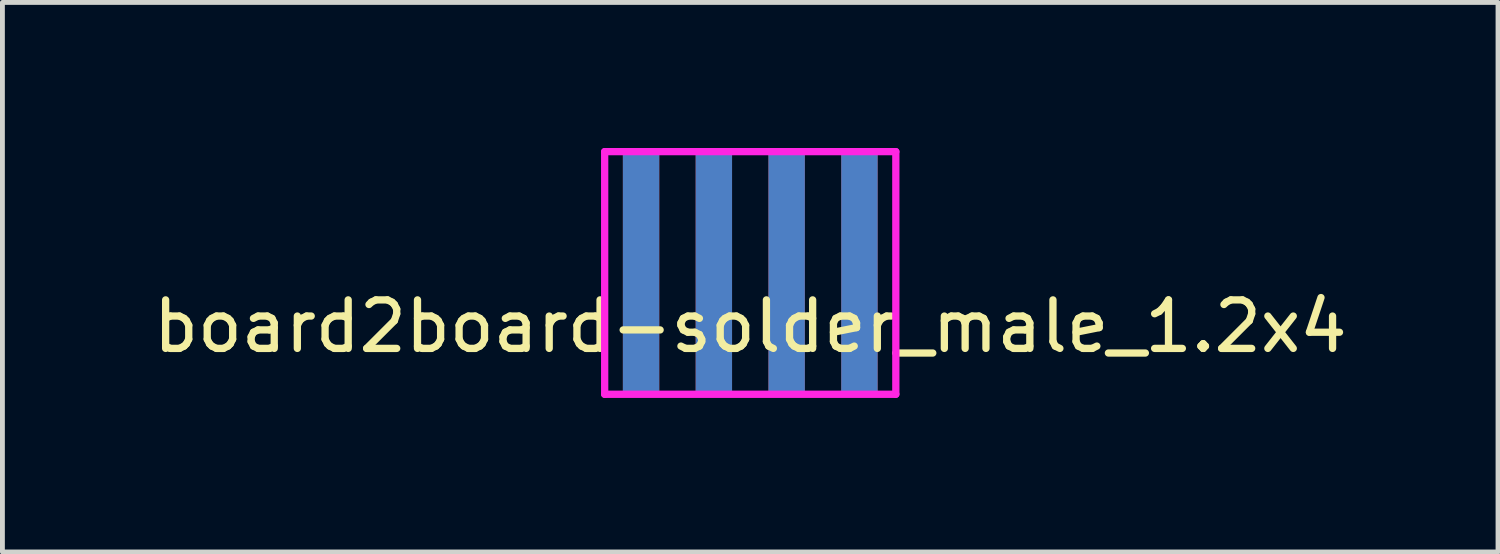
<source format=kicad_pcb>
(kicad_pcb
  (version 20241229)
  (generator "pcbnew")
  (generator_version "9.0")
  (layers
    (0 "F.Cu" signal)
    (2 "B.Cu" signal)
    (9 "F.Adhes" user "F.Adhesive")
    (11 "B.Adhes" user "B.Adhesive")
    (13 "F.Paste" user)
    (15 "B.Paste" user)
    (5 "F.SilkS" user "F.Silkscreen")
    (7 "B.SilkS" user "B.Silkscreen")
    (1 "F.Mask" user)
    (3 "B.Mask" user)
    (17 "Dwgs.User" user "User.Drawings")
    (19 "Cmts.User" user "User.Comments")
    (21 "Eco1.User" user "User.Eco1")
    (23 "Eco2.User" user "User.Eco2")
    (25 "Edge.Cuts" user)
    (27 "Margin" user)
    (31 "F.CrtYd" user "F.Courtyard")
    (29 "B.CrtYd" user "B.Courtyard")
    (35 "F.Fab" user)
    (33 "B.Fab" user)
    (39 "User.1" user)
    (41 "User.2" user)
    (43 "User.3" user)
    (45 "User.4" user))
  (footprint "board2board-solder_male_1.2x4"
    (layer "F.Cu")
    (at 12.411 5.075)
    (property "Reference" "board2board-solder_male_1.2x4" (at 0 -1.4 0) (layer "F.SilkS") (effects (font (size 1 1) (thickness 0.15))))
    (attr exclude_from_pos_files exclude_from_bom)
    (fp_line (start -3 0) (end -3 -5) (stroke (width 0.05) (type solid)) (layer "Eco2.User"))
    (fp_line (start 3 0) (end 3 -5) (stroke (width 0.05) (type solid)) (layer "Eco2.User"))
    (fp_line (start -3 -5) (end -3 0) (stroke (width 0.15) (type solid)) (layer "F.CrtYd"))
    (fp_line (start 3 -5) (end -3 -5) (stroke (width 0.15) (type solid)) (layer "F.CrtYd"))
    (fp_line (start 3 0) (end -3 0) (stroke (width 0.15) (type solid)) (layer "F.CrtYd"))
    (fp_line (start 3 0) (end 3 -5) (stroke (width 0.15) (type solid)) (layer "F.CrtYd"))
    (fp_text user "PCB Edge" (at -3.4 -1.5 90) (layer "Eco2.User") (effects (font (size 0.3 0.3) (thickness 0.05))))
    (fp_text user "PCB Edge" (at 3.4 -1.5 90) (layer "Eco2.User") (effects (font (size 0.3 0.3) (thickness 0.05))))
    (pad "1" connect rect (at -2.25 -2.5) (size 0.75 5) (layers "F.Cu" "F.Mask"))
    (pad "1" connect rect (at -2.25 -2.5) (size 0.75 5) (layers "B.Cu" "B.Mask"))
    (pad "2" connect rect (at -0.75 -2.5) (size 0.75 5) (layers "F.Cu" "F.Mask"))
    (pad "2" connect rect (at -0.75 -2.5) (size 0.75 5) (layers "B.Cu" "B.Mask"))
    (pad "3" connect rect (at 0.75 -2.5) (size 0.75 5) (layers "F.Cu" "F.Mask"))
    (pad "3" connect rect (at 0.75 -2.5) (size 0.75 5) (layers "B.Cu" "B.Mask"))
    (pad "4" connect rect (at 2.25 -2.5) (size 0.75 5) (layers "F.Cu" "F.Mask"))
    (pad "4" connect rect (at 2.25 -2.5) (size 0.75 5) (layers "B.Cu" "B.Mask")))
  (gr_rect
    (start -3 -3)
    (end 27.821 8.325)
    (stroke (width 0.1) (type default))
    (fill no)
    (layer "Edge.Cuts")))
</source>
